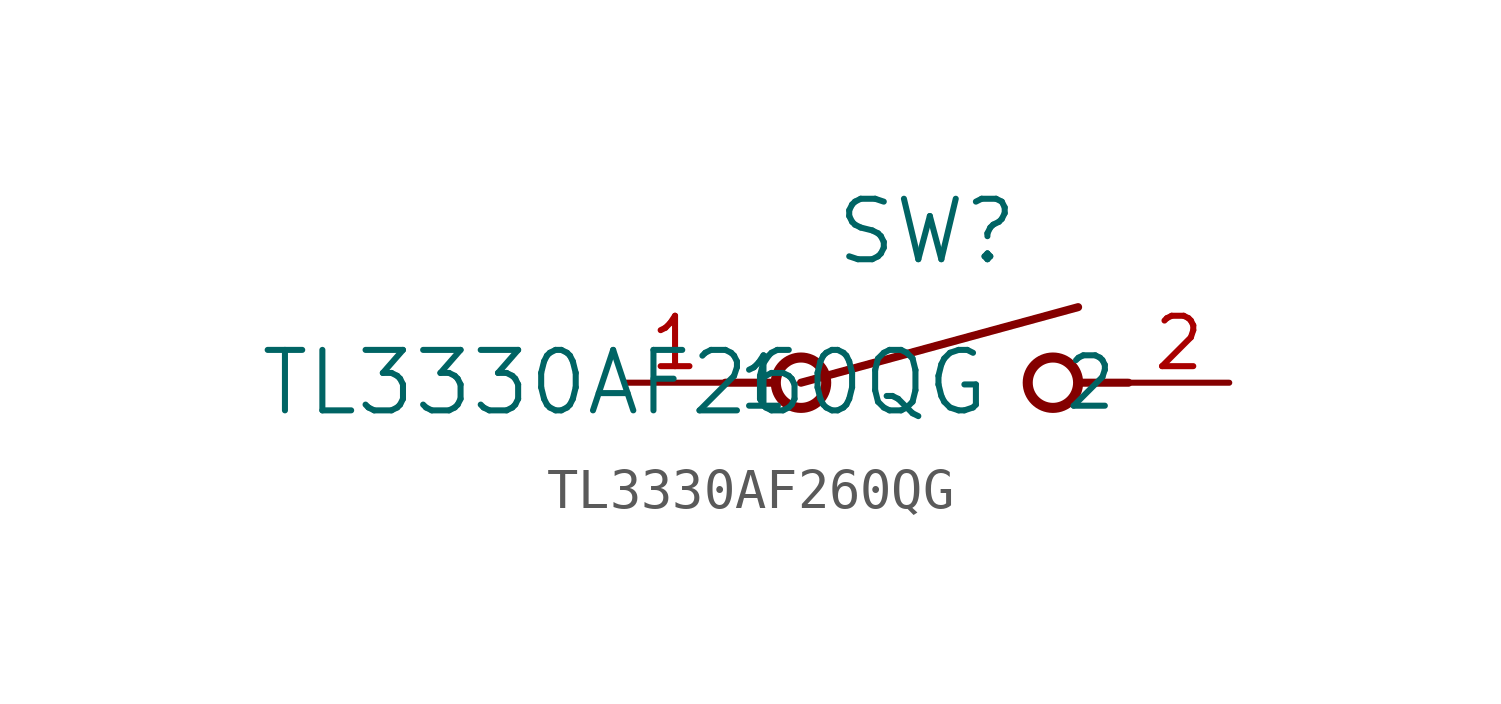
<source format=kicad_sym>
(kicad_symbol_lib
  (version 20211014)
  (generator kicad_symbol_editor)
  (symbol "TL3330AF260QG"
    (pin_names
      (offset 0.254))
    (property "Reference" "SW"
      (at 7.62 3.81 0)
      (effects (font (size 1.524 1.524))))
    (property "Value" "TL3330AF260QG"
      (at 0 0 0)
      (effects (font (size 1.524 1.524))))
    (symbol "TL3330AF260QG_0_1"
      (polyline (pts (xy 2.54 0) (xy 3.81 0)) (stroke (width 0.203) (type default) (color 0 0 0 0)) (fill (type none)))
      (circle (center 10.795 0) (radius 0.635) (stroke (width 0.254) (type default) (color 0 0 0 0)) (fill (type none)))
      (circle (center 4.445 0) (radius 0.635) (stroke (width 0.254) (type default) (color 0 0 0 0)) (fill (type none)))
      (polyline (pts (xy 12.7 0) (xy 11.43 0)) (stroke (width 0.203) (type default) (color 0 0 0 0)) (fill (type none)))
      (polyline (pts (xy 4.445 0) (xy 11.43 1.905)) (stroke (width 0.203) (type default) (color 0 0 0 0)) (fill (type none)))
      (pin unspecified line (at 0 0 0) (length 2.54) (name "1" (effects (font (size 1.27 1.27)))) (number "1" (effects (font (size 1.27 1.27)))))
      (pin unspecified line (at 15.24 0 180) (length 2.54) (name "2" (effects (font (size 1.27 1.27)))) (number "2" (effects (font (size 1.27 1.27))))))))
</source>
